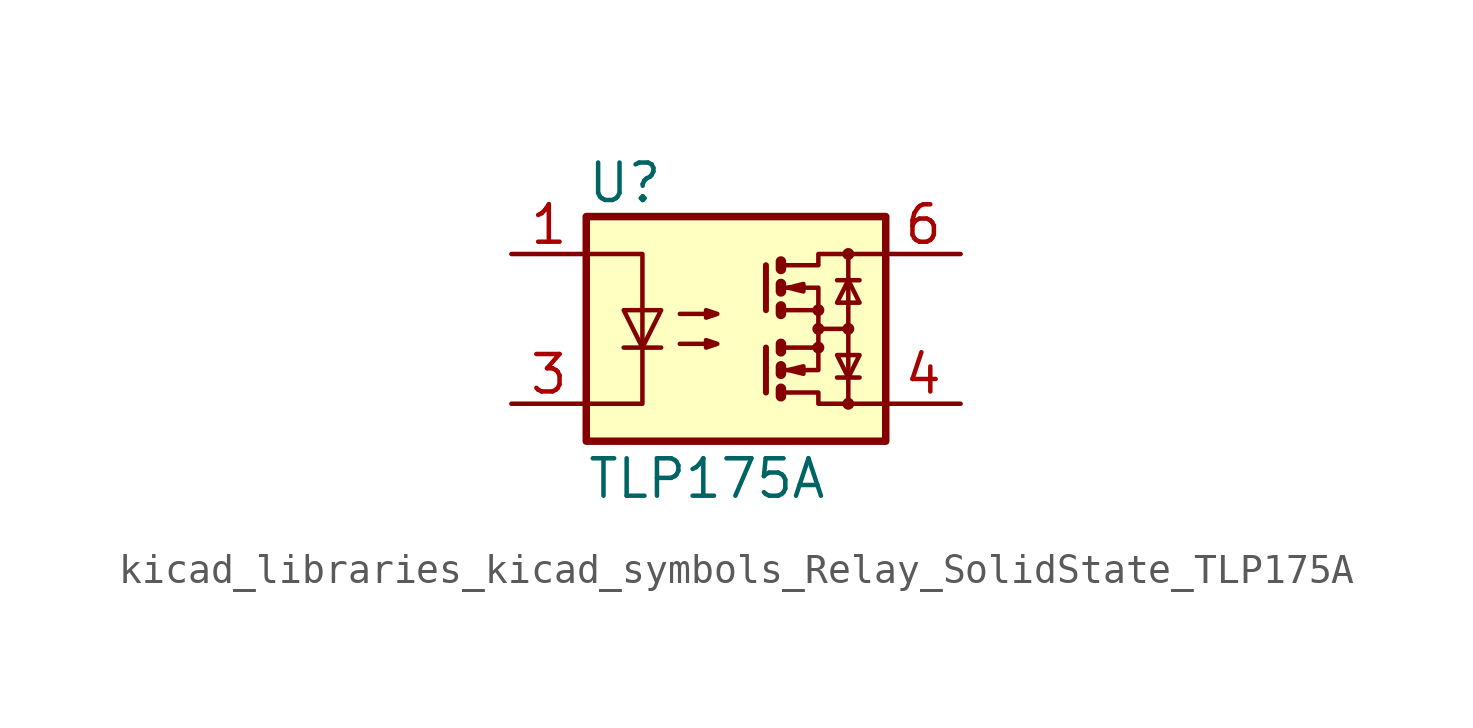
<source format=kicad_sym>
(kicad_symbol_lib
  (version 20220914)
  (generator kicad_symbol_editor)
  (symbol "kicad_libraries_kicad_symbols_Relay_SolidState_TLP175A"
    (property "Reference" "U"
      (at -5.08 4.953 0)
      (effects (font (size 1.27 1.27)) (justify left)))
    (property "Value" "TLP175A"
      (at -5.08 -5.08 0)
      (effects (font (size 1.27 1.27)) (justify left)))
    (symbol "kicad_libraries_kicad_symbols_Relay_SolidState_TLP175A_0_1"
      (rectangle (start -5.08 3.81) (end 5.08 -3.81) (stroke (width 0.254) (type default)) (fill (type background)))
      (polyline (pts (xy -3.81 -0.635) (xy -2.54 -0.635)) (stroke (width 0) (type default)) (fill (type none)))
      (polyline (pts (xy 1.016 -0.635) (xy 1.016 -2.159)) (stroke (width 0.203) (type default)) (fill (type none)))
      (polyline (pts (xy 1.016 2.159) (xy 1.016 0.635)) (stroke (width 0.203) (type default)) (fill (type none)))
      (polyline (pts (xy 1.524 -0.508) (xy 1.524 -0.762)) (stroke (width 0.356) (type default)) (fill (type none)))
      (polyline (pts (xy 2.794 0) (xy 3.81 0)) (stroke (width 0) (type default)) (fill (type none)))
      (polyline (pts (xy 3.429 -1.651) (xy 4.191 -1.651)) (stroke (width 0) (type default)) (fill (type none)))
      (polyline (pts (xy 3.429 1.651) (xy 4.191 1.651)) (stroke (width 0) (type default)) (fill (type none)))
      (polyline (pts (xy 3.81 -2.54) (xy 3.81 2.54)) (stroke (width 0) (type default)) (fill (type none)))
      (polyline (pts (xy 1.524 -2.032) (xy 1.524 -2.286) (xy 1.524 -2.286)) (stroke (width 0.356) (type default)) (fill (type none)))
      (polyline (pts (xy 1.524 -1.27) (xy 1.524 -1.524) (xy 1.524 -1.524)) (stroke (width 0.356) (type default)) (fill (type none)))
      (polyline (pts (xy 1.524 0.762) (xy 1.524 0.508) (xy 1.524 0.508)) (stroke (width 0.356) (type default)) (fill (type none)))
      (polyline (pts (xy 1.524 1.524) (xy 1.524 1.27) (xy 1.524 1.27)) (stroke (width 0.356) (type default)) (fill (type none)))
      (polyline (pts (xy 1.524 2.286) (xy 1.524 2.032) (xy 1.524 2.032)) (stroke (width 0.356) (type default)) (fill (type none)))
      (polyline (pts (xy 1.651 -1.397) (xy 2.794 -1.397) (xy 2.794 -0.635)) (stroke (width 0) (type default)) (fill (type none)))
      (polyline (pts (xy 1.651 1.397) (xy 2.794 1.397) (xy 2.794 0.635)) (stroke (width 0) (type default)) (fill (type none)))
      (polyline (pts (xy -5.08 2.54) (xy -3.175 2.54) (xy -3.175 -2.54) (xy -5.08 -2.54)) (stroke (width 0) (type default)) (fill (type none)))
      (polyline (pts (xy -3.175 -0.635) (xy -3.81 0.635) (xy -2.54 0.635) (xy -3.175 -0.635)) (stroke (width 0) (type default)) (fill (type none)))
      (polyline (pts (xy 1.651 -2.159) (xy 2.794 -2.159) (xy 2.794 -2.54) (xy 5.08 -2.54)) (stroke (width 0) (type default)) (fill (type none)))
      (polyline (pts (xy 1.651 -0.635) (xy 2.794 -0.635) (xy 2.794 0.635) (xy 1.651 0.635)) (stroke (width 0) (type default)) (fill (type none)))
      (polyline (pts (xy 1.651 2.159) (xy 2.794 2.159) (xy 2.794 2.54) (xy 5.08 2.54)) (stroke (width 0) (type default)) (fill (type none)))
      (polyline (pts (xy 1.778 -1.397) (xy 2.286 -1.27) (xy 2.286 -1.524) (xy 1.778 -1.397)) (stroke (width 0) (type default)) (fill (type none)))
      (polyline (pts (xy 1.778 1.397) (xy 2.286 1.524) (xy 2.286 1.27) (xy 1.778 1.397)) (stroke (width 0) (type default)) (fill (type none)))
      (polyline (pts (xy 3.81 -1.651) (xy 3.429 -0.889) (xy 4.191 -0.889) (xy 3.81 -1.651)) (stroke (width 0) (type default)) (fill (type none)))
      (polyline (pts (xy 3.81 1.651) (xy 3.429 0.889) (xy 4.191 0.889) (xy 3.81 1.651)) (stroke (width 0) (type default)) (fill (type none)))
      (polyline (pts (xy -1.905 -0.508) (xy -0.635 -0.508) (xy -1.016 -0.635) (xy -1.016 -0.381) (xy -0.635 -0.508)) (stroke (width 0) (type default)) (fill (type none)))
      (polyline (pts (xy -1.905 0.508) (xy -0.635 0.508) (xy -1.016 0.381) (xy -1.016 0.635) (xy -0.635 0.508)) (stroke (width 0) (type default)) (fill (type none)))
      (circle (center 2.794 -0.635) (radius 0.127) (stroke (width 0) (type default)) (fill (type none)))
      (circle (center 2.794 0) (radius 0.127) (stroke (width 0) (type default)) (fill (type none)))
      (circle (center 2.794 0.635) (radius 0.127) (stroke (width 0) (type default)) (fill (type none)))
      (circle (center 3.81 -2.54) (radius 0.127) (stroke (width 0) (type default)) (fill (type none)))
      (circle (center 3.81 0) (radius 0.127) (stroke (width 0) (type default)) (fill (type none)))
      (circle (center 3.81 2.54) (radius 0.127) (stroke (width 0) (type default)) (fill (type none))))
    (symbol "kicad_libraries_kicad_symbols_Relay_SolidState_TLP175A_1_1"
      (pin passive line (at -7.62 2.54 0) (length 2.54) (name "~" (effects (font (size 1.27 1.27)))) (number "1" (effects (font (size 1.27 1.27)))))
      (pin passive line (at -7.62 -2.54 0) (length 2.54) (name "~" (effects (font (size 1.27 1.27)))) (number "3" (effects (font (size 1.27 1.27)))))
      (pin passive line (at 7.62 -2.54 180) (length 2.54) (name "~" (effects (font (size 1.27 1.27)))) (number "4" (effects (font (size 1.27 1.27)))))
      (pin passive line (at 7.62 2.54 180) (length 2.54) (name "~" (effects (font (size 1.27 1.27)))) (number "6" (effects (font (size 1.27 1.27))))))))
</source>
